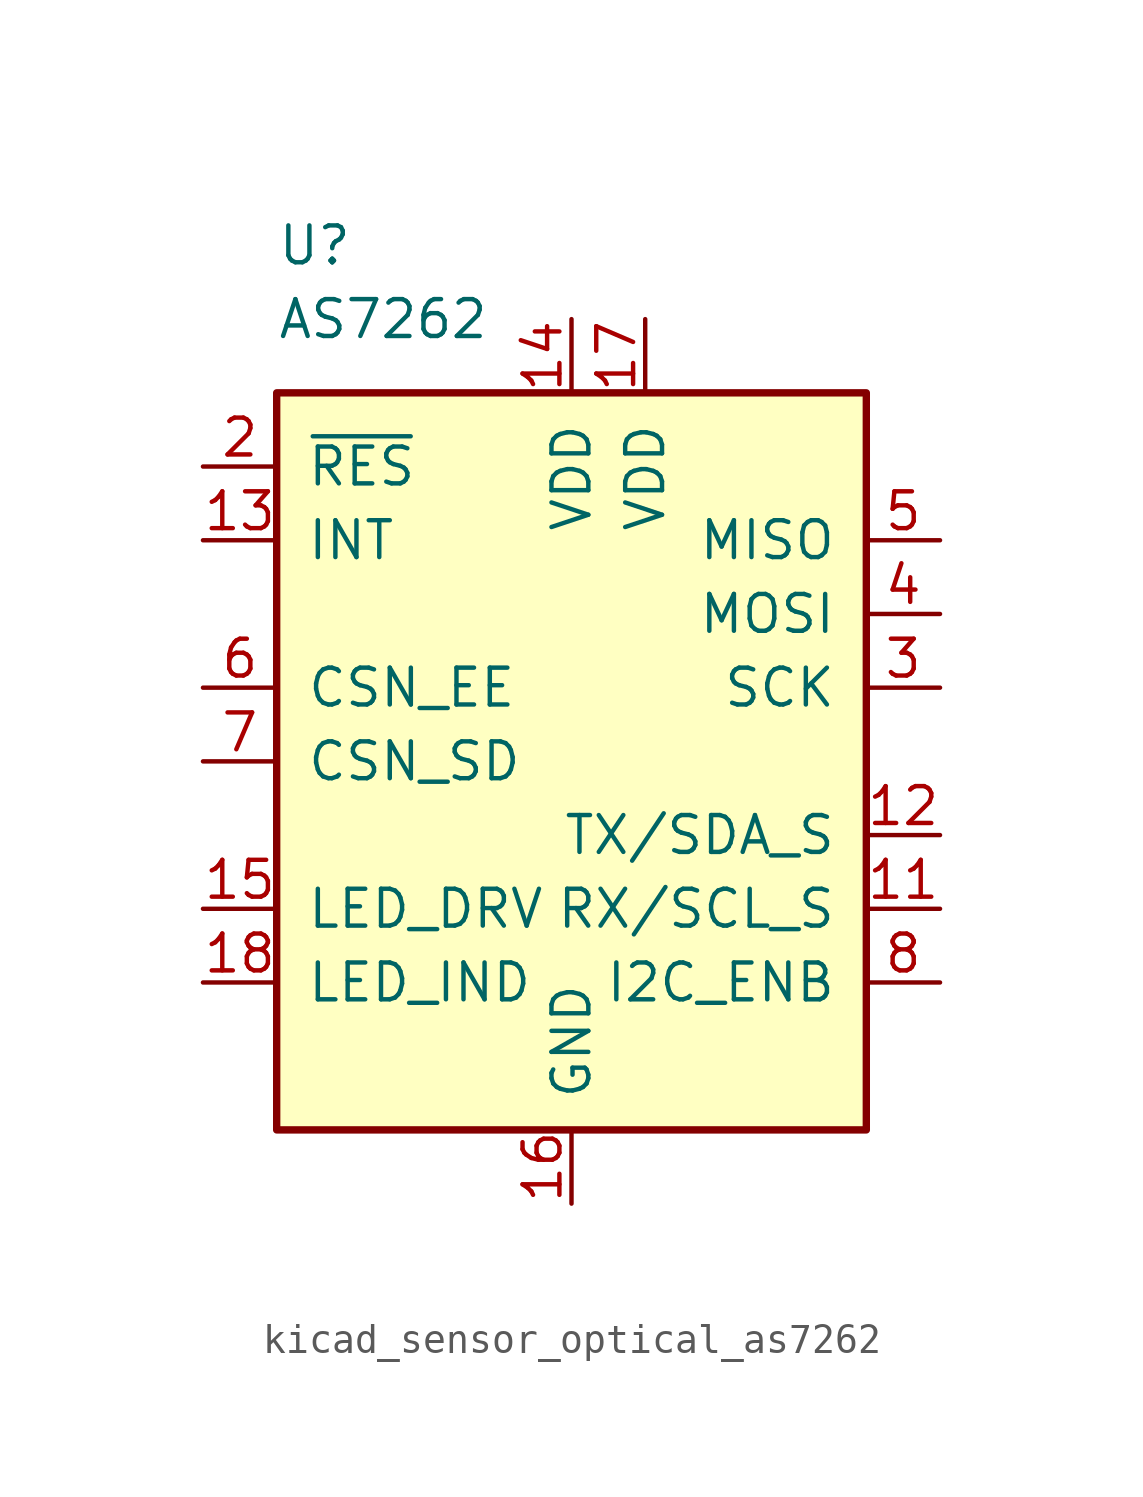
<source format=kicad_sym>
(kicad_symbol_lib
  (version 20220914)
  (generator kicad_symbol_editor)
  (symbol "kicad_sensor_optical_as7262"
    (pin_names
      (offset 1.016))
    (property "Reference" "U"
      (at -10.16 17.78 0)
      (effects (font (size 1.27 1.27)) (justify left)))
    (property "Value" "AS7262"
      (at -10.16 15.24 0)
      (effects (font (size 1.27 1.27)) (justify left)))
    (symbol "kicad_sensor_optical_as7262_0_1"
      (rectangle (start -10.16 12.7) (end 10.16 -12.7) (stroke (width 0.254) (type default)) (fill (type background))))
    (symbol "kicad_sensor_optical_as7262_1_1"
      (pin no_connect line (at 10.16 10.16 180) (length 2.54) hide (name "NF" (effects (font (size 1.27 1.27)))) (number "1" (effects (font (size 1.27 1.27)))))
      (pin no_connect line (at -12.7 5.08 0) (length 2.54) hide (name "NF" (effects (font (size 1.27 1.27)))) (number "10" (effects (font (size 1.27 1.27)))))
      (pin input line (at 12.7 -5.08 180) (length 2.54) (name "RX/SCL_S" (effects (font (size 1.27 1.27)))) (number "11" (effects (font (size 1.27 1.27)))))
      (pin bidirectional line (at 12.7 -2.54 180) (length 2.54) (name "TX/SDA_S" (effects (font (size 1.27 1.27)))) (number "12" (effects (font (size 1.27 1.27)))))
      (pin input line (at -12.7 7.62 0) (length 2.54) (name "INT" (effects (font (size 1.27 1.27)))) (number "13" (effects (font (size 1.27 1.27)))))
      (pin power_in line (at 0 15.24 270) (length 2.54) (name "VDD" (effects (font (size 1.27 1.27)))) (number "14" (effects (font (size 1.27 1.27)))))
      (pin output line (at -12.7 -5.08 0) (length 2.54) (name "LED_DRV" (effects (font (size 1.27 1.27)))) (number "15" (effects (font (size 1.27 1.27)))))
      (pin power_in line (at 0 -15.24 90) (length 2.54) (name "GND" (effects (font (size 1.27 1.27)))) (number "16" (effects (font (size 1.27 1.27)))))
      (pin power_in line (at 2.54 15.24 270) (length 2.54) (name "VDD" (effects (font (size 1.27 1.27)))) (number "17" (effects (font (size 1.27 1.27)))))
      (pin output line (at -12.7 -7.62 0) (length 2.54) (name "LED_IND" (effects (font (size 1.27 1.27)))) (number "18" (effects (font (size 1.27 1.27)))))
      (pin no_connect line (at -10.16 -2.54 0) (length 2.54) hide (name "NF" (effects (font (size 1.27 1.27)))) (number "19" (effects (font (size 1.27 1.27)))))
      (pin input line (at -12.7 10.16 0) (length 2.54) (name "~{RES}" (effects (font (size 1.27 1.27)))) (number "2" (effects (font (size 1.27 1.27)))))
      (pin no_connect line (at -10.16 -10.16 0) (length 2.54) hide (name "NF" (effects (font (size 1.27 1.27)))) (number "20" (effects (font (size 1.27 1.27)))))
      (pin input line (at 12.7 2.54 180) (length 2.54) (name "SCK" (effects (font (size 1.27 1.27)))) (number "3" (effects (font (size 1.27 1.27)))))
      (pin bidirectional line (at 12.7 5.08 180) (length 2.54) (name "MOSI" (effects (font (size 1.27 1.27)))) (number "4" (effects (font (size 1.27 1.27)))))
      (pin bidirectional line (at 12.7 7.62 180) (length 2.54) (name "MISO" (effects (font (size 1.27 1.27)))) (number "5" (effects (font (size 1.27 1.27)))))
      (pin input line (at -12.7 2.54 0) (length 2.54) (name "CSN_EE" (effects (font (size 1.27 1.27)))) (number "6" (effects (font (size 1.27 1.27)))))
      (pin input line (at -12.7 0 0) (length 2.54) (name "CSN_SD" (effects (font (size 1.27 1.27)))) (number "7" (effects (font (size 1.27 1.27)))))
      (pin input line (at 12.7 -7.62 180) (length 2.54) (name "I2C_ENB" (effects (font (size 1.27 1.27)))) (number "8" (effects (font (size 1.27 1.27)))))
      (pin no_connect line (at 10.16 -10.16 180) (length 2.54) hide (name "NF" (effects (font (size 1.27 1.27)))) (number "9" (effects (font (size 1.27 1.27))))))))
</source>
